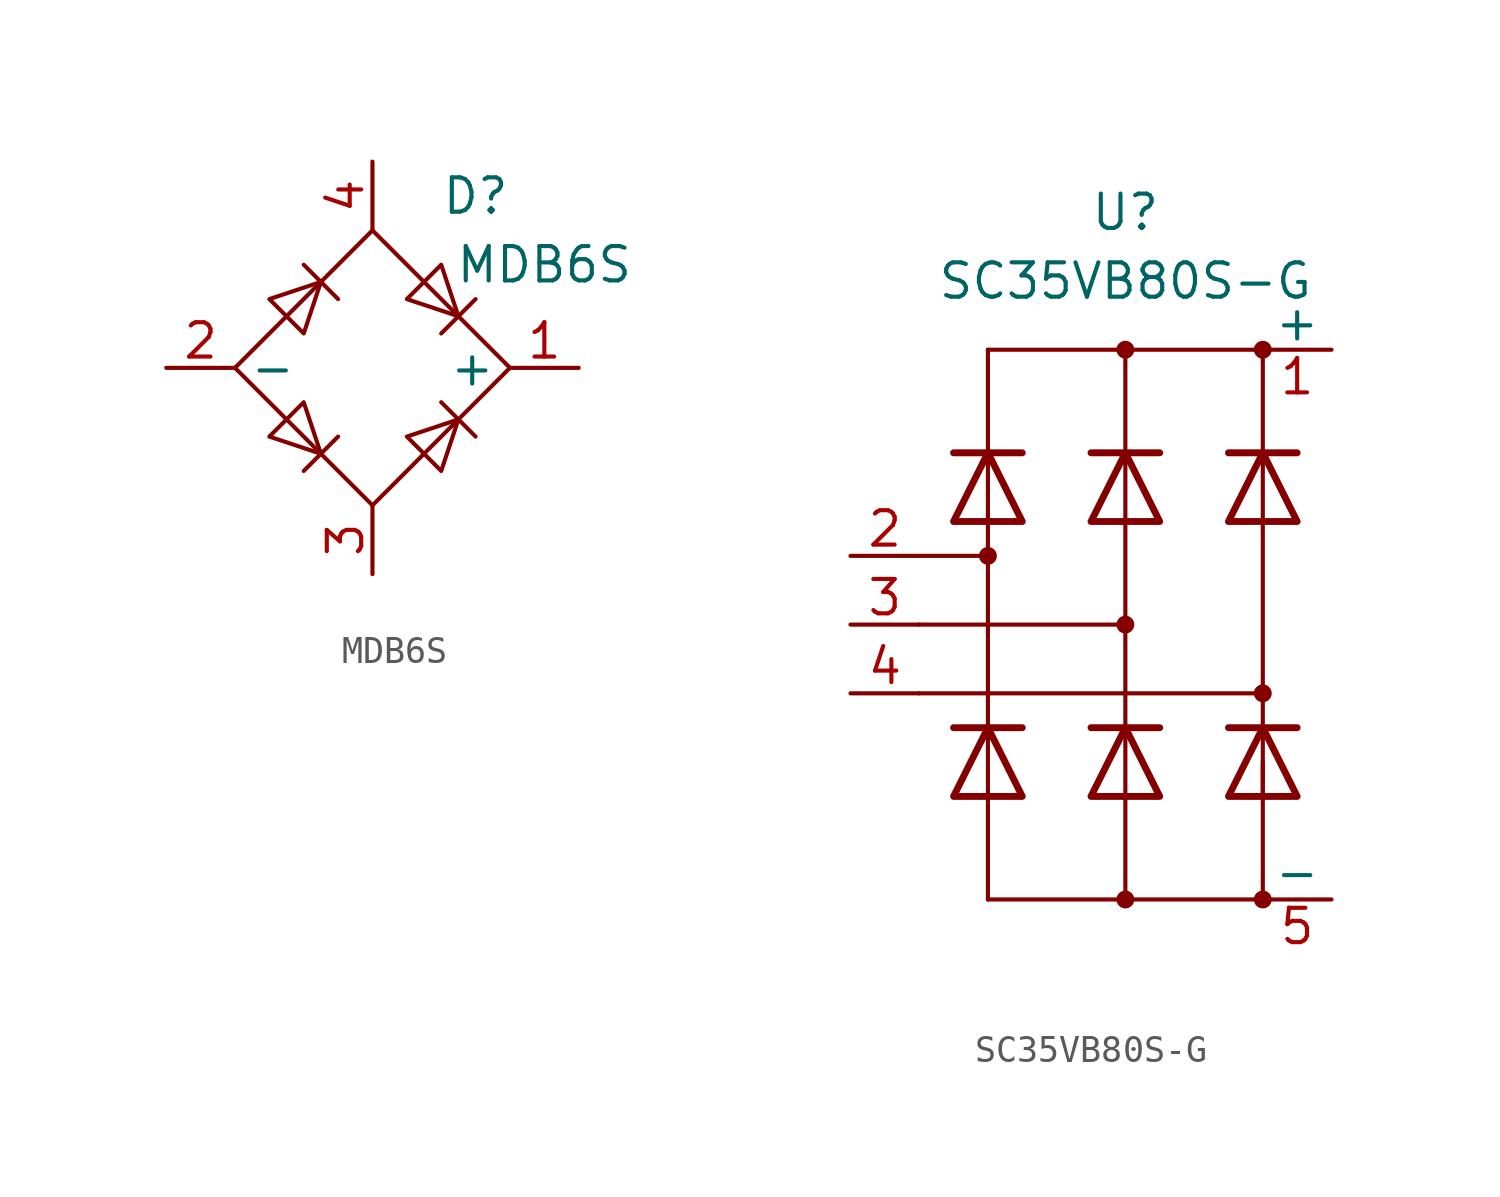
<source format=kicad_sym>
(kicad_symbol_lib
  (version 20201005)
  (generator kicad_symbol_editor)
  (symbol "MDB6S"
    (property "Reference" "D"
      (at 3.81 6.35 0)
      (effects (font (size 1.27 1.27))))
    (property "Value" "MDB6S"
      (at 6.35 3.81 0)
      (effects (font (size 1.27 1.27))))
    (symbol "MDB6S_1_1"
      (polyline (pts (xy -2.54 3.81) (xy -1.27 2.54)) (stroke (width 0)) (fill (type none)))
      (polyline (pts (xy -1.27 -2.54) (xy -2.54 -3.81)) (stroke (width 0)) (fill (type none)))
      (polyline (pts (xy 2.54 -1.27) (xy 3.81 -2.54)) (stroke (width 0)) (fill (type none)))
      (polyline (pts (xy 2.54 1.27) (xy 3.81 2.54)) (stroke (width 0)) (fill (type none)))
      (polyline (pts (xy -3.81 2.54) (xy -2.54 1.27) (xy -1.905 3.175) (xy -3.81 2.54)) (stroke (width 0)) (fill (type none)))
      (polyline (pts (xy -2.54 -1.27) (xy -3.81 -2.54) (xy -1.905 -3.175) (xy -2.54 -1.27)) (stroke (width 0)) (fill (type none)))
      (polyline (pts (xy 1.27 2.54) (xy 2.54 3.81) (xy 3.175 1.905) (xy 1.27 2.54)) (stroke (width 0)) (fill (type none)))
      (polyline (pts (xy 3.175 -1.905) (xy 1.27 -2.54) (xy 2.54 -3.81) (xy 3.175 -1.905)) (stroke (width 0)) (fill (type none)))
      (polyline (pts (xy -5.08 0) (xy 0 -5.08) (xy 5.08 0) (xy 0 5.08) (xy -5.08 0)) (stroke (width 0)) (fill (type none)))
      (pin passive line (at 7.62 0 180) (length 2.54) (name "+" (effects (font (size 1.27 1.27)))) (number "1" (effects (font (size 1.27 1.27)))))
      (pin passive line (at -7.62 0 0) (length 2.54) (name "-" (effects (font (size 1.27 1.27)))) (number "2" (effects (font (size 1.27 1.27)))))
      (pin passive line (at 0 -7.62 90) (length 2.54) (name "~~" (effects (font (size 1.27 1.27)))) (number "3" (effects (font (size 1.27 1.27)))))
      (pin passive line (at 0 7.62 270) (length 2.54) (name "~~" (effects (font (size 1.27 1.27)))) (number "4" (effects (font (size 1.27 1.27)))))))
  (symbol "SC35VB80S-G"
    (pin_names
      (offset 0))
    (property "Reference" "U"
      (at 0 15.24 0)
      (effects (font (size 1.27 1.27))))
    (property "Value" "SC35VB80S-G"
      (at 0 12.7 0)
      (effects (font (size 1.27 1.27))))
    (symbol "SC35VB80S-G_1_1"
      (circle (center -5.08 2.54) (radius 0.254) (stroke (width 0)) (fill (type outline)))
      (circle (center 0 -10.16) (radius 0.254) (stroke (width 0)) (fill (type outline)))
      (circle (center 0 0) (radius 0.254) (stroke (width 0)) (fill (type outline)))
      (circle (center 0 10.16) (radius 0.254) (stroke (width 0)) (fill (type outline)))
      (circle (center 5.08 -10.16) (radius 0.254) (stroke (width 0)) (fill (type outline)))
      (circle (center 5.08 -2.54) (radius 0.254) (stroke (width 0)) (fill (type outline)))
      (circle (center 5.08 10.16) (radius 0.254) (stroke (width 0)) (fill (type outline)))
      (polyline (pts (xy -7.62 -2.54) (xy 5.08 -2.54)) (stroke (width 0)) (fill (type none)))
      (polyline (pts (xy -7.62 0) (xy 0 0)) (stroke (width 0)) (fill (type none)))
      (polyline (pts (xy -7.62 2.54) (xy -5.08 2.54)) (stroke (width 0)) (fill (type none)))
      (polyline (pts (xy -5.08 -10.16) (xy 5.08 -10.16)) (stroke (width 0)) (fill (type none)))
      (polyline (pts (xy -5.08 -6.35) (xy -5.08 -10.16)) (stroke (width 0)) (fill (type none)))
      (polyline (pts (xy -5.08 -6.35) (xy -5.08 -3.81)) (stroke (width 0)) (fill (type none)))
      (polyline (pts (xy -5.08 3.81) (xy -5.08 -3.81)) (stroke (width 0)) (fill (type none)))
      (polyline (pts (xy -5.08 3.81) (xy -5.08 6.35)) (stroke (width 0)) (fill (type none)))
      (polyline (pts (xy -5.08 10.16) (xy -5.08 6.35)) (stroke (width 0)) (fill (type none)))
      (polyline (pts (xy -5.08 10.16) (xy 5.08 10.16)) (stroke (width 0)) (fill (type none)))
      (polyline (pts (xy -3.81 -3.81) (xy -6.35 -3.81)) (stroke (width 0.254)) (fill (type none)))
      (polyline (pts (xy -3.81 6.35) (xy -6.35 6.35)) (stroke (width 0.254)) (fill (type none)))
      (polyline (pts (xy 0 -6.35) (xy 0 -10.16)) (stroke (width 0)) (fill (type none)))
      (polyline (pts (xy 0 -6.35) (xy 0 -3.81)) (stroke (width 0)) (fill (type none)))
      (polyline (pts (xy 0 3.81) (xy 0 -3.81)) (stroke (width 0)) (fill (type none)))
      (polyline (pts (xy 0 3.81) (xy 0 6.35)) (stroke (width 0)) (fill (type none)))
      (polyline (pts (xy 0 6.35) (xy 0 10.16)) (stroke (width 0)) (fill (type none)))
      (polyline (pts (xy 1.27 -3.81) (xy -1.27 -3.81)) (stroke (width 0.254)) (fill (type none)))
      (polyline (pts (xy 1.27 6.35) (xy -1.27 6.35)) (stroke (width 0.254)) (fill (type none)))
      (polyline (pts (xy 5.08 -10.16) (xy 5.08 -5.08)) (stroke (width 0)) (fill (type none)))
      (polyline (pts (xy 5.08 -6.35) (xy 5.08 -3.81)) (stroke (width 0)) (fill (type none)))
      (polyline (pts (xy 5.08 3.81) (xy 5.08 -3.81)) (stroke (width 0)) (fill (type none)))
      (polyline (pts (xy 5.08 3.81) (xy 5.08 6.35)) (stroke (width 0)) (fill (type none)))
      (polyline (pts (xy 5.08 10.16) (xy 5.08 6.35)) (stroke (width 0)) (fill (type none)))
      (polyline (pts (xy 6.35 -3.81) (xy 3.81 -3.81)) (stroke (width 0.254)) (fill (type none)))
      (polyline (pts (xy 6.35 6.35) (xy 3.81 6.35)) (stroke (width 0.254)) (fill (type none)))
      (polyline (pts (xy -3.81 -6.35) (xy -6.35 -6.35) (xy -5.08 -3.81) (xy -3.81 -6.35)) (stroke (width 0.254)) (fill (type none)))
      (polyline (pts (xy -3.81 3.81) (xy -6.35 3.81) (xy -5.08 6.35) (xy -3.81 3.81)) (stroke (width 0.254)) (fill (type none)))
      (polyline (pts (xy 1.27 -6.35) (xy -1.27 -6.35) (xy 0 -3.81) (xy 1.27 -6.35)) (stroke (width 0.254)) (fill (type none)))
      (polyline (pts (xy 1.27 3.81) (xy -1.27 3.81) (xy 0 6.35) (xy 1.27 3.81)) (stroke (width 0.254)) (fill (type none)))
      (polyline (pts (xy 6.35 -6.35) (xy 3.81 -6.35) (xy 5.08 -3.81) (xy 6.35 -6.35)) (stroke (width 0.254)) (fill (type none)))
      (polyline (pts (xy 6.35 3.81) (xy 3.81 3.81) (xy 5.08 6.35) (xy 6.35 3.81)) (stroke (width 0.254)) (fill (type none)))
      (pin passive line (at 7.62 10.16 180) (length 2.54) (name "+" (effects (font (size 1.27 1.27)))) (number "1" (effects (font (size 1.27 1.27)))))
      (pin passive line (at -10.16 2.54 0) (length 2.54) (name "~~" (effects (font (size 1.27 1.27)))) (number "2" (effects (font (size 1.27 1.27)))))
      (pin passive line (at -10.16 0 0) (length 2.54) (name "~~" (effects (font (size 1.27 1.27)))) (number "3" (effects (font (size 1.27 1.27)))))
      (pin passive line (at -10.16 -2.54 0) (length 2.54) (name "~~" (effects (font (size 1.27 1.27)))) (number "4" (effects (font (size 1.27 1.27)))))
      (pin passive line (at 7.62 -10.16 180) (length 2.54) (name "-" (effects (font (size 1.27 1.27)))) (number "5" (effects (font (size 1.27 1.27))))))))
</source>
